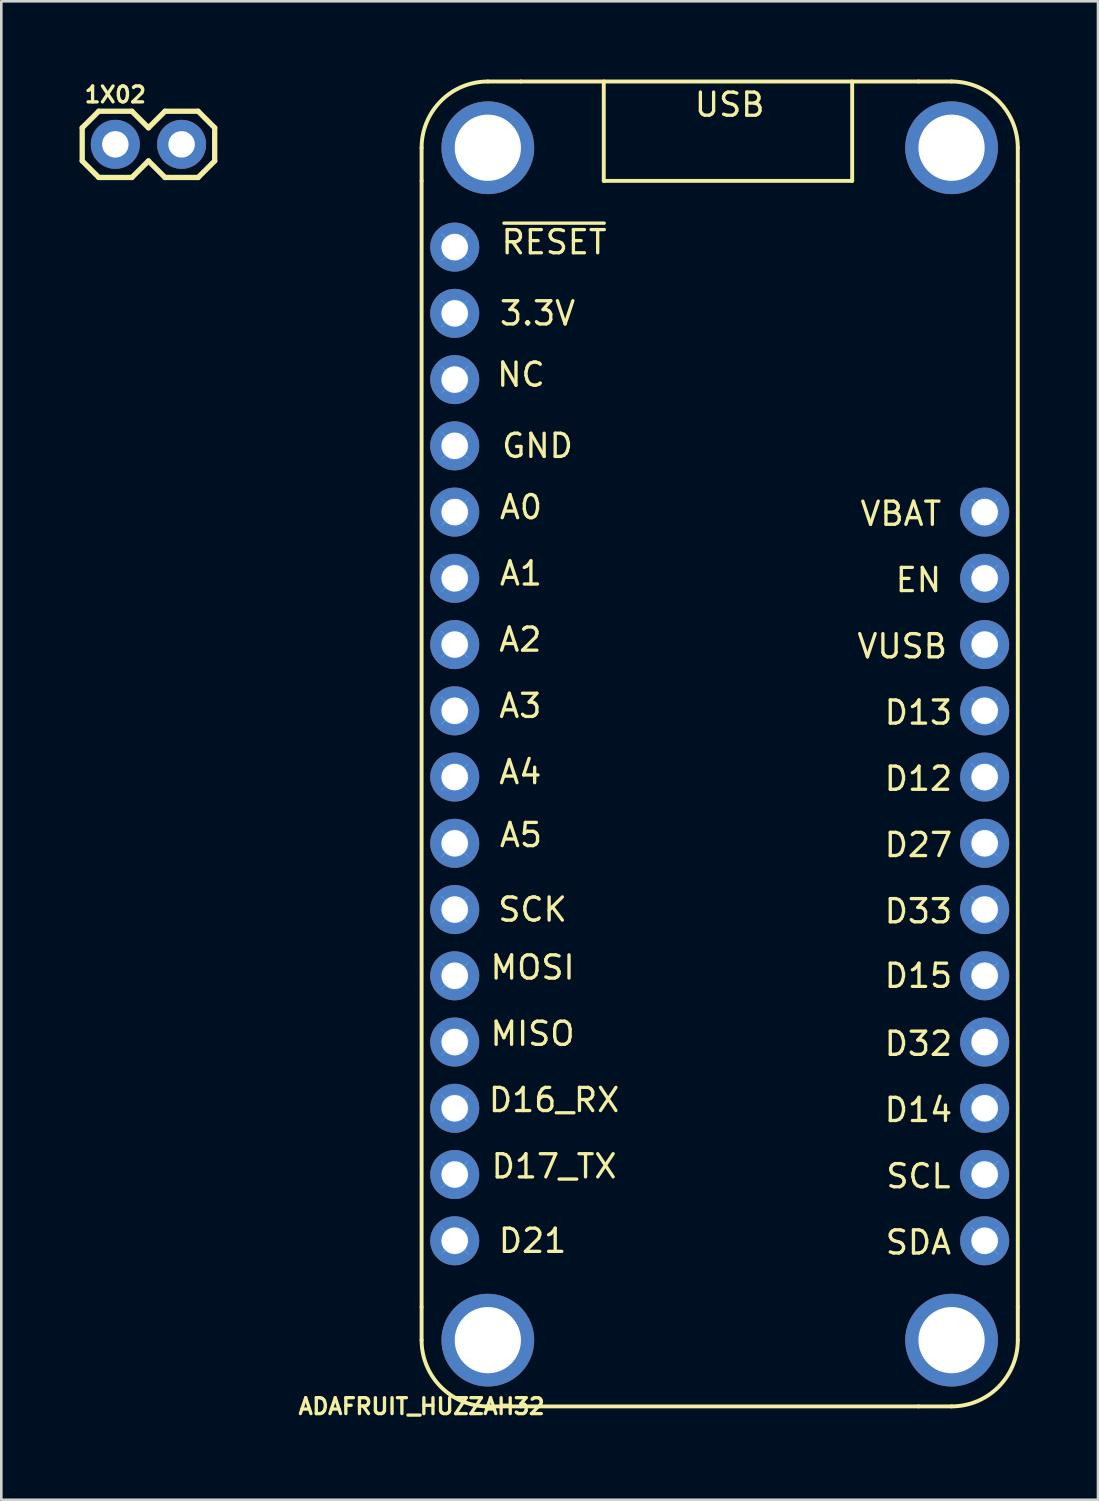
<source format=kicad_pcb>
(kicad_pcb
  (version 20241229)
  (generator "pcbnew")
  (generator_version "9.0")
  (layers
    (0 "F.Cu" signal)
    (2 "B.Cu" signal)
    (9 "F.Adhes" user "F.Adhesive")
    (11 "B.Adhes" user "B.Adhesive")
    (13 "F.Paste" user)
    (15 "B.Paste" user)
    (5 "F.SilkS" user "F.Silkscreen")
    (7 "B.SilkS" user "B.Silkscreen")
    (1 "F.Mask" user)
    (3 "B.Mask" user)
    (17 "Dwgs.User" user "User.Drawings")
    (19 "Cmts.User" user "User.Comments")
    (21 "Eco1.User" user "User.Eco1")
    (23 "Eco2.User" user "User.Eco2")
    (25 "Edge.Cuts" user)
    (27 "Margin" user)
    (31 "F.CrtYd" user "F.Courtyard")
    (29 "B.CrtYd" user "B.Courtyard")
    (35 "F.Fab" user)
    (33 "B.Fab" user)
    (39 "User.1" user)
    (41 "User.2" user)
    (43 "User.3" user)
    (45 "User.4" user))
  (footprint "ADAFRUIT_HUZZAH32"
    (layer "F.Cu")
    (at 13.115 50.875)
    (property "Reference" "ADAFRUIT_HUZZAH32" (at 0 0 0) (layer "F.SilkS") (effects (font (size 0.61 0.61) (thickness 0.127))))
    (attr exclude_from_pos_files exclude_from_bom)
    (fp_line (start 0 -48.26) (end 0 -46.99) (stroke (width 0.15) (type solid)) (layer "F.SilkS"))
    (fp_line (start 0 -46.99) (end 0 -3.81) (stroke (width 0.15) (type solid)) (layer "F.SilkS"))
    (fp_line (start 0 -2.54) (end 0 -3.81) (stroke (width 0.15) (type solid)) (layer "F.SilkS"))
    (fp_line (start 2.54 -50.8) (end 3.81 -50.8) (stroke (width 0.15) (type solid)) (layer "F.SilkS"))
    (fp_line (start 2.54 0) (end 3.81 0) (stroke (width 0.15) (type solid)) (layer "F.SilkS"))
    (fp_line (start 3.81 0) (end 19.05 0) (stroke (width 0.15) (type solid)) (layer "F.SilkS"))
    (fp_line (start 6.985 -50.8) (end 6.985 -46.99) (stroke (width 0.15) (type solid)) (layer "F.SilkS"))
    (fp_line (start 6.985 -46.99) (end 16.51 -46.99) (stroke (width 0.15) (type solid)) (layer "F.SilkS"))
    (fp_line (start 16.51 -46.99) (end 16.51 -50.8) (stroke (width 0.15) (type solid)) (layer "F.SilkS"))
    (fp_line (start 19.05 -50.8) (end 3.81 -50.8) (stroke (width 0.15) (type solid)) (layer "F.SilkS"))
    (fp_line (start 19.05 -50.8) (end 20.32 -50.8) (stroke (width 0.15) (type solid)) (layer "F.SilkS"))
    (fp_line (start 19.05 0) (end 20.32 0) (stroke (width 0.15) (type solid)) (layer "F.SilkS"))
    (fp_line (start 22.86 -46.99) (end 22.86 -48.26) (stroke (width 0.15) (type solid)) (layer "F.SilkS"))
    (fp_line (start 22.86 -3.81) (end 22.86 -46.99) (stroke (width 0.15) (type solid)) (layer "F.SilkS"))
    (fp_line (start 22.86 -3.81) (end 22.86 -2.54) (stroke (width 0.15) (type solid)) (layer "F.SilkS"))
    (fp_arc (start 0 -48.26) (mid 0.743949 -50.056051) (end 2.54 -50.8) (stroke (width 0.15) (type solid)) (layer "F.SilkS"))
    (fp_arc (start 2.54 0) (mid 0.743949 -0.743949) (end 0 -2.54) (stroke (width 0.15) (type solid)) (layer "F.SilkS"))
    (fp_arc (start 20.32 -50.8) (mid 22.116051 -50.056051) (end 22.86 -48.26) (stroke (width 0.15) (type solid)) (layer "F.SilkS"))
    (fp_arc (start 22.86 -2.54) (mid 22.116051 -0.743949) (end 20.32 0) (stroke (width 0.15) (type solid)) (layer "F.SilkS"))
    (fp_line (start 0.762 -44.958) (end 1.778 -43.942) (stroke (width 0.05) (type solid)) (layer "Cmts.User"))
    (fp_line (start 0.762 -42.418) (end 1.778 -41.402) (stroke (width 0.05) (type solid)) (layer "Cmts.User"))
    (fp_line (start 0.762 -39.878) (end 1.778 -38.862) (stroke (width 0.05) (type solid)) (layer "Cmts.User"))
    (fp_line (start 0.762 -37.338) (end 1.778 -36.322) (stroke (width 0.05) (type solid)) (layer "Cmts.User"))
    (fp_line (start 0.762 -34.798) (end 1.778 -33.782) (stroke (width 0.05) (type solid)) (layer "Cmts.User"))
    (fp_line (start 0.762 -32.258) (end 1.778 -31.242) (stroke (width 0.05) (type solid)) (layer "Cmts.User"))
    (fp_line (start 0.762 -29.718) (end 1.778 -28.702) (stroke (width 0.05) (type solid)) (layer "Cmts.User"))
    (fp_line (start 0.762 -27.178) (end 1.778 -26.162) (stroke (width 0.05) (type solid)) (layer "Cmts.User"))
    (fp_line (start 0.762 -24.638) (end 1.778 -23.622) (stroke (width 0.05) (type solid)) (layer "Cmts.User"))
    (fp_line (start 0.762 -22.098) (end 1.778 -21.082) (stroke (width 0.05) (type solid)) (layer "Cmts.User"))
    (fp_line (start 0.762 -19.558) (end 1.778 -18.542) (stroke (width 0.05) (type solid)) (layer "Cmts.User"))
    (fp_line (start 0.762 -17.018) (end 1.778 -16.002) (stroke (width 0.05) (type solid)) (layer "Cmts.User"))
    (fp_line (start 0.762 -14.478) (end 1.778 -13.462) (stroke (width 0.05) (type solid)) (layer "Cmts.User"))
    (fp_line (start 0.762 -11.938) (end 1.778 -10.922) (stroke (width 0.05) (type solid)) (layer "Cmts.User"))
    (fp_line (start 0.762 -9.398) (end 1.778 -8.382) (stroke (width 0.05) (type solid)) (layer "Cmts.User"))
    (fp_line (start 0.762 -6.858) (end 1.778 -5.842) (stroke (width 0.05) (type solid)) (layer "Cmts.User"))
    (fp_line (start 1.778 -44.958) (end 0.762 -43.942) (stroke (width 0.05) (type solid)) (layer "Cmts.User"))
    (fp_line (start 1.778 -42.418) (end 0.762 -41.402) (stroke (width 0.05) (type solid)) (layer "Cmts.User"))
    (fp_line (start 1.778 -39.878) (end 0.762 -38.862) (stroke (width 0.05) (type solid)) (layer "Cmts.User"))
    (fp_line (start 1.778 -37.338) (end 0.762 -36.322) (stroke (width 0.05) (type solid)) (layer "Cmts.User"))
    (fp_line (start 1.778 -34.798) (end 0.762 -33.782) (stroke (width 0.05) (type solid)) (layer "Cmts.User"))
    (fp_line (start 1.778 -32.258) (end 0.762 -31.242) (stroke (width 0.05) (type solid)) (layer "Cmts.User"))
    (fp_line (start 1.778 -29.718) (end 0.762 -28.702) (stroke (width 0.05) (type solid)) (layer "Cmts.User"))
    (fp_line (start 1.778 -27.178) (end 0.762 -26.162) (stroke (width 0.05) (type solid)) (layer "Cmts.User"))
    (fp_line (start 1.778 -24.638) (end 0.762 -23.622) (stroke (width 0.05) (type solid)) (layer "Cmts.User"))
    (fp_line (start 1.778 -22.098) (end 0.762 -21.082) (stroke (width 0.05) (type solid)) (layer "Cmts.User"))
    (fp_line (start 1.778 -19.558) (end 0.762 -18.542) (stroke (width 0.05) (type solid)) (layer "Cmts.User"))
    (fp_line (start 1.778 -17.018) (end 0.762 -16.002) (stroke (width 0.05) (type solid)) (layer "Cmts.User"))
    (fp_line (start 1.778 -14.478) (end 0.762 -13.462) (stroke (width 0.05) (type solid)) (layer "Cmts.User"))
    (fp_line (start 1.778 -11.938) (end 0.762 -10.922) (stroke (width 0.05) (type solid)) (layer "Cmts.User"))
    (fp_line (start 1.778 -9.398) (end 0.762 -8.382) (stroke (width 0.05) (type solid)) (layer "Cmts.User"))
    (fp_line (start 1.778 -6.858) (end 0.762 -5.842) (stroke (width 0.05) (type solid)) (layer "Cmts.User"))
    (fp_line (start 21.082 -34.798) (end 22.098 -33.782) (stroke (width 0.05) (type solid)) (layer "Cmts.User"))
    (fp_line (start 21.082 -32.258) (end 22.098 -31.242) (stroke (width 0.05) (type solid)) (layer "Cmts.User"))
    (fp_line (start 21.082 -29.718) (end 22.098 -28.702) (stroke (width 0.05) (type solid)) (layer "Cmts.User"))
    (fp_line (start 21.082 -27.178) (end 22.098 -26.162) (stroke (width 0.05) (type solid)) (layer "Cmts.User"))
    (fp_line (start 21.082 -24.638) (end 22.098 -23.622) (stroke (width 0.05) (type solid)) (layer "Cmts.User"))
    (fp_line (start 21.082 -22.098) (end 22.098 -21.082) (stroke (width 0.05) (type solid)) (layer "Cmts.User"))
    (fp_line (start 21.082 -19.558) (end 22.098 -18.542) (stroke (width 0.05) (type solid)) (layer "Cmts.User"))
    (fp_line (start 21.082 -17.018) (end 22.098 -16.002) (stroke (width 0.05) (type solid)) (layer "Cmts.User"))
    (fp_line (start 21.082 -14.478) (end 22.098 -13.462) (stroke (width 0.05) (type solid)) (layer "Cmts.User"))
    (fp_line (start 21.082 -11.938) (end 22.098 -10.922) (stroke (width 0.05) (type solid)) (layer "Cmts.User"))
    (fp_line (start 21.082 -9.398) (end 22.098 -8.382) (stroke (width 0.05) (type solid)) (layer "Cmts.User"))
    (fp_line (start 21.082 -6.858) (end 22.098 -5.842) (stroke (width 0.05) (type solid)) (layer "Cmts.User"))
    (fp_line (start 22.098 -34.798) (end 21.082 -33.782) (stroke (width 0.05) (type solid)) (layer "Cmts.User"))
    (fp_line (start 22.098 -32.258) (end 21.082 -31.242) (stroke (width 0.05) (type solid)) (layer "Cmts.User"))
    (fp_line (start 22.098 -29.718) (end 21.082 -28.702) (stroke (width 0.05) (type solid)) (layer "Cmts.User"))
    (fp_line (start 22.098 -27.178) (end 21.082 -26.162) (stroke (width 0.05) (type solid)) (layer "Cmts.User"))
    (fp_line (start 22.098 -24.638) (end 21.082 -23.622) (stroke (width 0.05) (type solid)) (layer "Cmts.User"))
    (fp_line (start 22.098 -22.098) (end 21.082 -21.082) (stroke (width 0.05) (type solid)) (layer "Cmts.User"))
    (fp_line (start 22.098 -19.558) (end 21.082 -18.542) (stroke (width 0.05) (type solid)) (layer "Cmts.User"))
    (fp_line (start 22.098 -17.018) (end 21.082 -16.002) (stroke (width 0.05) (type solid)) (layer "Cmts.User"))
    (fp_line (start 22.098 -14.478) (end 21.082 -13.462) (stroke (width 0.05) (type solid)) (layer "Cmts.User"))
    (fp_line (start 22.098 -11.938) (end 21.082 -10.922) (stroke (width 0.05) (type solid)) (layer "Cmts.User"))
    (fp_line (start 22.098 -9.398) (end 21.082 -8.382) (stroke (width 0.05) (type solid)) (layer "Cmts.User"))
    (fp_line (start 22.098 -6.858) (end 21.082 -5.842) (stroke (width 0.05) (type solid)) (layer "Cmts.User"))
    (fp_circle (center 1.27 -44.45) (end 1.27 -43.942) (stroke (width 0.05) (type solid)) (fill no) (layer "Cmts.User"))
    (fp_circle (center 1.27 -41.91) (end 1.27 -41.402) (stroke (width 0.05) (type solid)) (fill no) (layer "Cmts.User"))
    (fp_circle (center 1.27 -39.37) (end 1.27 -38.862) (stroke (width 0.05) (type solid)) (fill no) (layer "Cmts.User"))
    (fp_circle (center 1.27 -36.83) (end 1.27 -36.322) (stroke (width 0.05) (type solid)) (fill no) (layer "Cmts.User"))
    (fp_circle (center 1.27 -34.29) (end 1.27 -33.782) (stroke (width 0.05) (type solid)) (fill no) (layer "Cmts.User"))
    (fp_circle (center 1.27 -31.75) (end 1.27 -31.242) (stroke (width 0.05) (type solid)) (fill no) (layer "Cmts.User"))
    (fp_circle (center 1.27 -29.21) (end 1.27 -28.702) (stroke (width 0.05) (type solid)) (fill no) (layer "Cmts.User"))
    (fp_circle (center 1.27 -26.67) (end 1.27 -26.162) (stroke (width 0.05) (type solid)) (fill no) (layer "Cmts.User"))
    (fp_circle (center 1.27 -24.13) (end 1.27 -23.622) (stroke (width 0.05) (type solid)) (fill no) (layer "Cmts.User"))
    (fp_circle (center 1.27 -21.59) (end 1.27 -21.082) (stroke (width 0.05) (type solid)) (fill no) (layer "Cmts.User"))
    (fp_circle (center 1.27 -19.05) (end 1.27 -18.542) (stroke (width 0.05) (type solid)) (fill no) (layer "Cmts.User"))
    (fp_circle (center 1.27 -16.51) (end 1.27 -16.002) (stroke (width 0.05) (type solid)) (fill no) (layer "Cmts.User"))
    (fp_circle (center 1.27 -13.97) (end 1.27 -13.462) (stroke (width 0.05) (type solid)) (fill no) (layer "Cmts.User"))
    (fp_circle (center 1.27 -11.43) (end 1.27 -10.922) (stroke (width 0.05) (type solid)) (fill no) (layer "Cmts.User"))
    (fp_circle (center 1.27 -8.89) (end 1.27 -8.382) (stroke (width 0.05) (type solid)) (fill no) (layer "Cmts.User"))
    (fp_circle (center 1.27 -6.35) (end 1.27 -5.842) (stroke (width 0.05) (type solid)) (fill no) (layer "Cmts.User"))
    (fp_circle (center 21.59 -34.29) (end 21.59 -33.782) (stroke (width 0.05) (type solid)) (fill no) (layer "Cmts.User"))
    (fp_circle (center 21.59 -31.75) (end 21.59 -31.242) (stroke (width 0.05) (type solid)) (fill no) (layer "Cmts.User"))
    (fp_circle (center 21.59 -29.21) (end 21.59 -28.702) (stroke (width 0.05) (type solid)) (fill no) (layer "Cmts.User"))
    (fp_circle (center 21.59 -26.67) (end 21.59 -26.162) (stroke (width 0.05) (type solid)) (fill no) (layer "Cmts.User"))
    (fp_circle (center 21.59 -24.13) (end 21.59 -23.622) (stroke (width 0.05) (type solid)) (fill no) (layer "Cmts.User"))
    (fp_circle (center 21.59 -21.59) (end 21.59 -21.082) (stroke (width 0.05) (type solid)) (fill no) (layer "Cmts.User"))
    (fp_circle (center 21.59 -19.05) (end 21.59 -18.542) (stroke (width 0.05) (type solid)) (fill no) (layer "Cmts.User"))
    (fp_circle (center 21.59 -16.51) (end 21.59 -16.002) (stroke (width 0.05) (type solid)) (fill no) (layer "Cmts.User"))
    (fp_circle (center 21.59 -13.97) (end 21.59 -13.462) (stroke (width 0.05) (type solid)) (fill no) (layer "Cmts.User"))
    (fp_circle (center 21.59 -11.43) (end 21.59 -10.922) (stroke (width 0.05) (type solid)) (fill no) (layer "Cmts.User"))
    (fp_circle (center 21.59 -8.89) (end 21.59 -8.382) (stroke (width 0.05) (type solid)) (fill no) (layer "Cmts.User"))
    (fp_circle (center 21.59 -6.35) (end 21.59 -5.842) (stroke (width 0.05) (type solid)) (fill no) (layer "Cmts.User"))
    (fp_text user "D12" (at 19.05 -24.067 0) (layer "F.SilkS") (effects (font (size 0.889 0.889) (thickness 0.127))))
    (fp_text user "SCK" (at 4.255 -19.05 0) (layer "F.SilkS") (effects (font (size 0.889 0.889) (thickness 0.127))))
    (fp_text user "D13" (at 19.05 -26.604 0) (layer "F.SilkS") (effects (font (size 0.889 0.889) (thickness 0.127))))
    (fp_text user "3.3V" (at 4.445 -41.91 0) (layer "F.SilkS") (effects (font (size 0.889 0.889) (thickness 0.127))))
    (fp_text user "GND" (at 4.445 -36.83 0) (layer "F.SilkS") (effects (font (size 0.889 0.889) (thickness 0.127))))
    (fp_text user "A3" (at 3.785 -26.86 0) (layer "F.SilkS") (effects (font (size 0.889 0.889) (thickness 0.127))))
    (fp_text user "D14" (at 19.05 -11.367 0) (layer "F.SilkS") (effects (font (size 0.889 0.889) (thickness 0.127))))
    (fp_text user "SCL" (at 19.05 -8.826 0) (layer "F.SilkS") (effects (font (size 0.889 0.889) (thickness 0.127))))
    (fp_text user "D21" (at 4.255 -6.35 0) (layer "F.SilkS") (effects (font (size 0.889 0.889) (thickness 0.127))))
    (fp_text user "VBAT" (at 18.377 -34.227 0) (layer "F.SilkS") (effects (font (size 0.889 0.889) (thickness 0.127))))
    (fp_text user "D16_RX" (at 5.08 -11.748 0) (layer "F.SilkS") (effects (font (size 0.889 0.889) (thickness 0.127))))
    (fp_text user "NC" (at 3.81 -39.56 0) (layer "F.SilkS") (effects (font (size 0.889 0.889) (thickness 0.127))))
    (fp_text user "MISO" (at 4.255 -14.287 0) (layer "F.SilkS") (effects (font (size 0.889 0.889) (thickness 0.127))))
    (fp_text user "EN" (at 19.05 -31.686 0) (layer "F.SilkS") (effects (font (size 0.889 0.889) (thickness 0.127))))
    (fp_text user "A4" (at 3.785 -24.32 0) (layer "F.SilkS") (effects (font (size 0.889 0.889) (thickness 0.127))))
    (fp_text user "D27" (at 19.05 -21.526 0) (layer "F.SilkS") (effects (font (size 0.889 0.889) (thickness 0.127))))
    (fp_text user "D15" (at 19.05 -16.51 0) (layer "F.SilkS") (effects (font (size 0.889 0.889) (thickness 0.127))))
    (fp_text user "D32" (at 19.05 -13.904 0) (layer "F.SilkS") (effects (font (size 0.889 0.889) (thickness 0.127))))
    (fp_text user "A5" (at 3.81 -21.907 0) (layer "F.SilkS") (effects (font (size 0.889 0.889) (thickness 0.127))))
    (fp_text user "A1" (at 3.81 -31.938 0) (layer "F.SilkS") (effects (font (size 0.889 0.889) (thickness 0.127))))
    (fp_text user "~{RESET}" (at 5.08 -44.638 0) (layer "F.SilkS") (effects (font (size 0.889 0.889) (thickness 0.127))))
    (fp_text user "D17_TX" (at 5.08 -9.205 0) (layer "F.SilkS") (effects (font (size 0.889 0.889) (thickness 0.127))))
    (fp_text user "A0" (at 3.81 -34.48 0) (layer "F.SilkS") (effects (font (size 0.889 0.889) (thickness 0.127))))
    (fp_text user "VUSB" (at 18.428 -29.146 0) (layer "F.SilkS") (effects (font (size 0.889 0.889) (thickness 0.127))))
    (fp_text user "USB" (at 11.811 -49.911 0) (layer "F.SilkS") (effects (font (size 0.889 0.889) (thickness 0.127))))
    (fp_text user "A2" (at 3.785 -29.401 0) (layer "F.SilkS") (effects (font (size 0.889 0.889) (thickness 0.127))))
    (fp_text user "SDA" (at 19.05 -6.287 0) (layer "F.SilkS") (effects (font (size 0.889 0.889) (thickness 0.127))))
    (fp_text user "D33" (at 19.05 -18.986 0) (layer "F.SilkS") (effects (font (size 0.889 0.889) (thickness 0.127))))
    (fp_text user "MOSI" (at 4.255 -16.828 0) (layer "F.SilkS") (effects (font (size 0.889 0.889) (thickness 0.127))))
    (pad "" np_thru_hole circle (at 2.54 -48.26 90) (size 3.556 3.556) (drill 2.54) (layers "*.Cu" "*.Mask"))
    (pad "" np_thru_hole circle (at 2.54 -2.54 90) (size 3.556 3.556) (drill 2.54) (layers "*.Cu" "*.Mask"))
    (pad "" np_thru_hole circle (at 20.32 -48.26 90) (size 3.556 3.556) (drill 2.54) (layers "*.Cu" "*.Mask"))
    (pad "" np_thru_hole circle (at 20.32 -2.54 90) (size 3.556 3.556) (drill 2.54) (layers "*.Cu" "*.Mask"))
    (pad "1" thru_hole circle (at 1.27 -44.45) (size 1.88 1.88) (drill 1.016) (layers "*.Cu" "*.Mask"))
    (pad "2" thru_hole circle (at 1.27 -41.91) (size 1.88 1.88) (drill 1.016) (layers "*.Cu" "*.Mask"))
    (pad "3" thru_hole circle (at 1.27 -39.37) (size 1.88 1.88) (drill 1.016) (layers "*.Cu" "*.Mask"))
    (pad "4" thru_hole circle (at 1.27 -36.83) (size 1.88 1.88) (drill 1.016) (layers "*.Cu" "*.Mask"))
    (pad "5" thru_hole circle (at 1.27 -34.29) (size 1.88 1.88) (drill 1.016) (layers "*.Cu" "*.Mask"))
    (pad "6" thru_hole circle (at 1.27 -31.75) (size 1.88 1.88) (drill 1.016) (layers "*.Cu" "*.Mask"))
    (pad "7" thru_hole circle (at 1.27 -29.21) (size 1.88 1.88) (drill 1.016) (layers "*.Cu" "*.Mask"))
    (pad "8" thru_hole circle (at 1.27 -26.67) (size 1.88 1.88) (drill 1.016) (layers "*.Cu" "*.Mask"))
    (pad "9" thru_hole circle (at 1.27 -24.13) (size 1.88 1.88) (drill 1.016) (layers "*.Cu" "*.Mask"))
    (pad "10" thru_hole circle (at 1.27 -21.59) (size 1.88 1.88) (drill 1.016) (layers "*.Cu" "*.Mask"))
    (pad "11" thru_hole circle (at 1.27 -19.05 90) (size 1.88 1.88) (drill 1.016) (layers "*.Cu" "*.Mask"))
    (pad "12" thru_hole circle (at 1.27 -16.51) (size 1.88 1.88) (drill 1.016) (layers "*.Cu" "*.Mask"))
    (pad "13" thru_hole circle (at 1.27 -13.97) (size 1.88 1.88) (drill 1.016) (layers "*.Cu" "*.Mask"))
    (pad "14" thru_hole circle (at 1.27 -11.43) (size 1.88 1.88) (drill 1.016) (layers "*.Cu" "*.Mask"))
    (pad "15" thru_hole circle (at 1.27 -8.89) (size 1.88 1.88) (drill 1.016) (layers "*.Cu" "*.Mask"))
    (pad "16" thru_hole circle (at 1.27 -6.35) (size 1.88 1.88) (drill 1.016) (layers "*.Cu" "*.Mask"))
    (pad "17" thru_hole circle (at 21.59 -6.35) (size 1.88 1.88) (drill 1.016) (layers "*.Cu" "*.Mask"))
    (pad "18" thru_hole circle (at 21.59 -8.89) (size 1.88 1.88) (drill 1.016) (layers "*.Cu" "*.Mask"))
    (pad "19" thru_hole circle (at 21.59 -11.43) (size 1.88 1.88) (drill 1.016) (layers "*.Cu" "*.Mask"))
    (pad "20" thru_hole circle (at 21.59 -13.97) (size 1.88 1.88) (drill 1.016) (layers "*.Cu" "*.Mask"))
    (pad "21" thru_hole circle (at 21.59 -16.51) (size 1.88 1.88) (drill 1.016) (layers "*.Cu" "*.Mask"))
    (pad "22" thru_hole circle (at 21.59 -19.05) (size 1.88 1.88) (drill 1.016) (layers "*.Cu" "*.Mask"))
    (pad "23" thru_hole circle (at 21.59 -21.59) (size 1.88 1.88) (drill 1.016) (layers "*.Cu" "*.Mask"))
    (pad "24" thru_hole circle (at 21.59 -24.13) (size 1.88 1.88) (drill 1.016) (layers "*.Cu" "*.Mask"))
    (pad "25" thru_hole circle (at 21.59 -26.67) (size 1.88 1.88) (drill 1.016) (layers "*.Cu" "*.Mask"))
    (pad "26" thru_hole circle (at 21.59 -29.21) (size 1.88 1.88) (drill 1.016) (layers "*.Cu" "*.Mask"))
    (pad "27" thru_hole circle (at 21.59 -31.75) (size 1.88 1.88) (drill 1.016) (layers "*.Cu" "*.Mask"))
    (pad "28" thru_hole circle (at 21.59 -34.29) (size 1.88 1.88) (drill 1.016) (layers "*.Cu" "*.Mask")))
  (footprint "1X02"
    (layer "F.Cu")
    (at 1.372 2.485)
    (property "Reference" "1X02" (at 0 -1.905 0) (layer "F.SilkS") (effects (font (size 0.61 0.61) (thickness 0.127))))
    (attr exclude_from_pos_files exclude_from_bom)
    (fp_line (start -1.27 -0.635) (end -1.27 0.635) (stroke (width 0.203) (type solid)) (layer "F.SilkS"))
    (fp_line (start -1.27 0.635) (end -0.635 1.27) (stroke (width 0.203) (type solid)) (layer "F.SilkS"))
    (fp_line (start -0.635 -1.27) (end -1.27 -0.635) (stroke (width 0.203) (type solid)) (layer "F.SilkS"))
    (fp_line (start -0.635 -1.27) (end 0.635 -1.27) (stroke (width 0.203) (type solid)) (layer "F.SilkS"))
    (fp_line (start 0.635 -1.27) (end 1.27 -0.635) (stroke (width 0.203) (type solid)) (layer "F.SilkS"))
    (fp_line (start 0.635 1.27) (end -0.635 1.27) (stroke (width 0.203) (type solid)) (layer "F.SilkS"))
    (fp_line (start 1.27 -0.635) (end 1.905 -1.27) (stroke (width 0.203) (type solid)) (layer "F.SilkS"))
    (fp_line (start 1.27 0.635) (end 0.635 1.27) (stroke (width 0.203) (type solid)) (layer "F.SilkS"))
    (fp_line (start 1.905 -1.27) (end 3.175 -1.27) (stroke (width 0.203) (type solid)) (layer "F.SilkS"))
    (fp_line (start 1.905 1.27) (end 1.27 0.635) (stroke (width 0.203) (type solid)) (layer "F.SilkS"))
    (fp_line (start 3.175 -1.27) (end 3.81 -0.635) (stroke (width 0.203) (type solid)) (layer "F.SilkS"))
    (fp_line (start 3.175 1.27) (end 1.905 1.27) (stroke (width 0.203) (type solid)) (layer "F.SilkS"))
    (fp_line (start 3.81 -0.635) (end 3.81 0.635) (stroke (width 0.203) (type solid)) (layer "F.SilkS"))
    (fp_line (start 3.81 0.635) (end 3.175 1.27) (stroke (width 0.203) (type solid)) (layer "F.SilkS"))
    (pad "1" thru_hole circle (at 0 0) (size 1.88 1.88) (drill 1.016) (layers "*.Cu" "*.Mask"))
    (pad "2" thru_hole circle (at 2.54 0) (size 1.88 1.88) (drill 1.016) (layers "*.Cu" "*.Mask")))
  (gr_rect
    (start -3 -3)
    (end 39.05 54.455)
    (stroke (width 0.1) (type default))
    (fill no)
    (layer "Edge.Cuts")))
</source>
